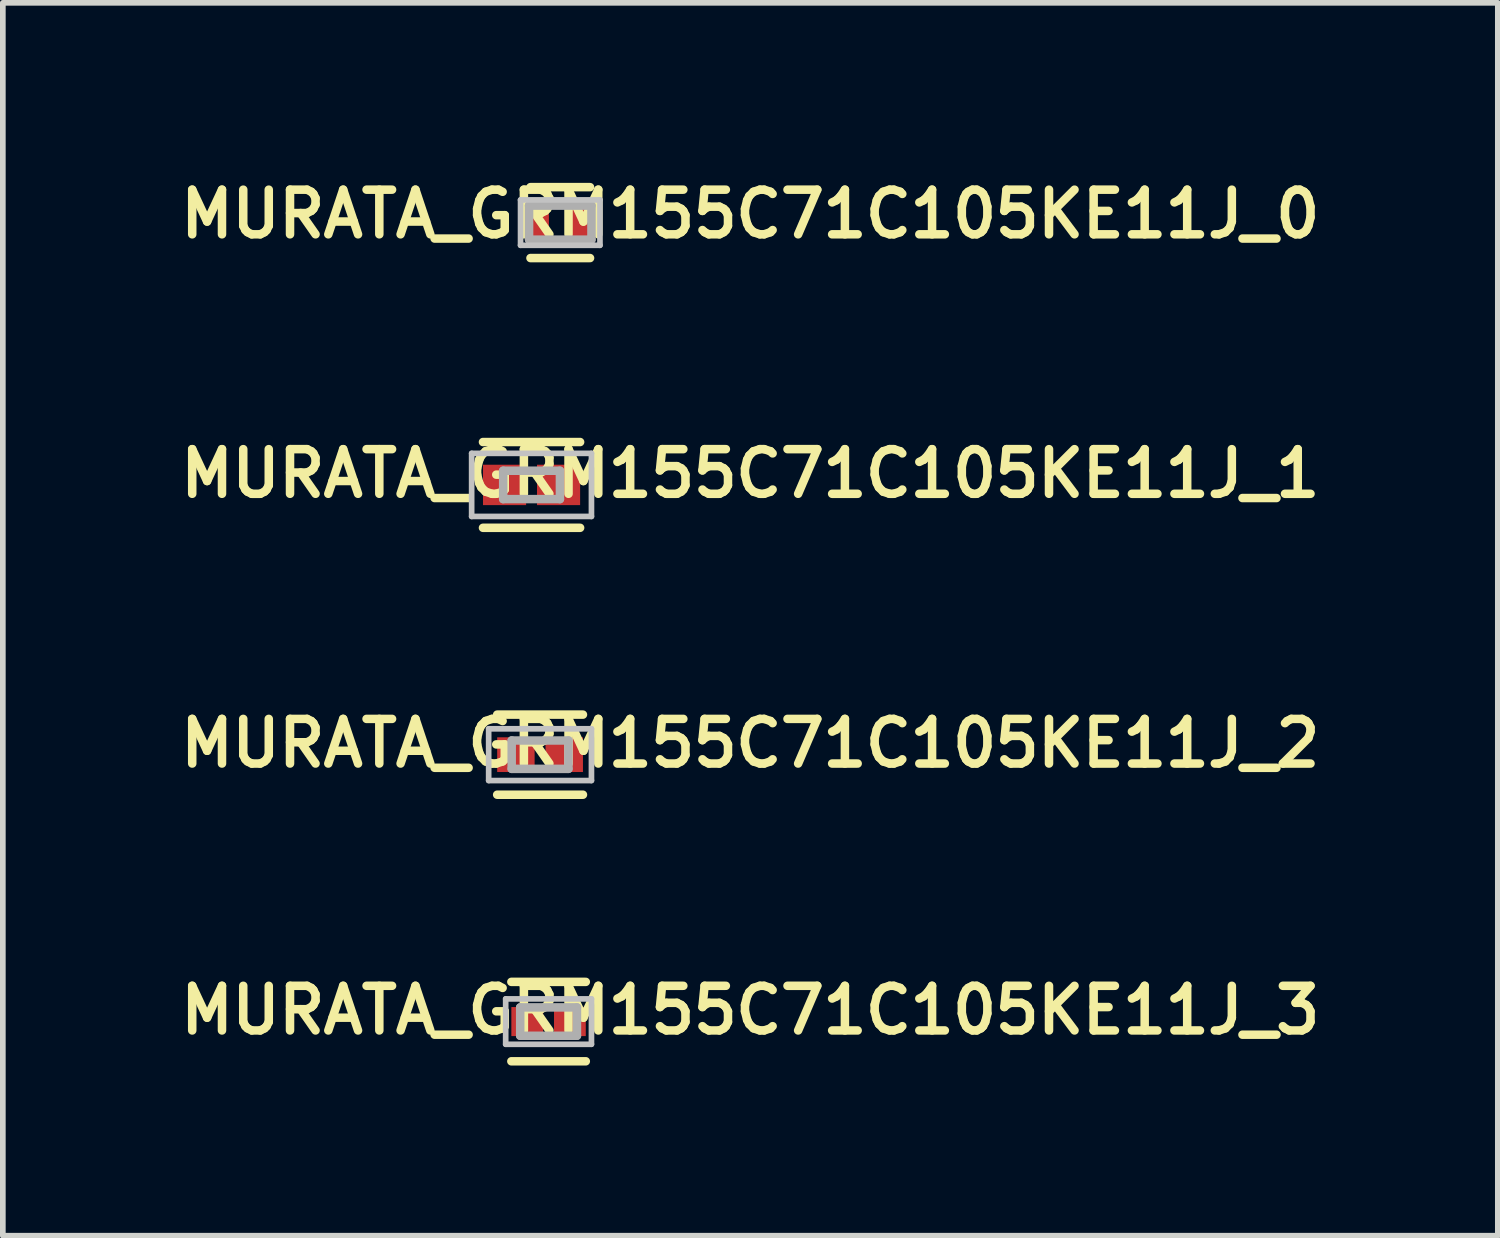
<source format=kicad_pcb>
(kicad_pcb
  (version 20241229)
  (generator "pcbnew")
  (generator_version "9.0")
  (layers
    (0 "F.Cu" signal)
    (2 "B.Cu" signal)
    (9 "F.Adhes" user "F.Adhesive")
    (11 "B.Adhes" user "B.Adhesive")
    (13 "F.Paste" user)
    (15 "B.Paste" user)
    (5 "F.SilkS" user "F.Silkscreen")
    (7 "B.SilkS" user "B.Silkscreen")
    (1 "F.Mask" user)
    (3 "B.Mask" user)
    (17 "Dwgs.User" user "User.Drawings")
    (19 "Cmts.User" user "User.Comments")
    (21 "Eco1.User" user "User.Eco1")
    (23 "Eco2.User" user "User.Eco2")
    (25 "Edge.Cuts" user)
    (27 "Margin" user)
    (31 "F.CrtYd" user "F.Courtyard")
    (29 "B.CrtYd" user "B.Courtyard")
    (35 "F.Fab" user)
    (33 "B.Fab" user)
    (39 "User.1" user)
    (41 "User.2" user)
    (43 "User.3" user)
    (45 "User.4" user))
  (footprint "MURATA_GRM155C71C105KE11J_1"
    (layer "F.Cu")
    (at 6.32 5.498)
    (property "Reference" "MURATA_GRM155C71C105KE11J_1" (at 3.856 -0.2 0) (layer "F.SilkS") (effects (font (size 0.787 0.787) (thickness 0.15))))
    (attr smd)
    (fp_line (start -0.856 -0.756) (end 0.856 -0.756) (stroke (width 0.15) (type solid)) (layer "F.SilkS"))
    (fp_line (start -0.856 0.756) (end 0.856 0.756) (stroke (width 0.15) (type solid)) (layer "F.SilkS"))
    (fp_line (start -1.056 -0.556) (end 1.056 -0.556) (stroke (width 0.1) (type solid)) (layer "Dwgs.User"))
    (fp_line (start -1.056 0.556) (end -1.056 -0.556) (stroke (width 0.1) (type solid)) (layer "Dwgs.User"))
    (fp_line (start 1.056 -0.556) (end 1.056 0.556) (stroke (width 0.1) (type solid)) (layer "Dwgs.User"))
    (fp_line (start 1.056 0.556) (end -1.056 0.556) (stroke (width 0.1) (type solid)) (layer "Dwgs.User"))
    (fp_line (start -0.5 -0.25) (end 0.5 -0.25) (stroke (width 0.15) (type solid)) (layer "F.Fab"))
    (fp_line (start -0.5 0.25) (end -0.5 -0.25) (stroke (width 0.15) (type solid)) (layer "F.Fab"))
    (fp_line (start 0.5 -0.25) (end 0.5 0.25) (stroke (width 0.15) (type solid)) (layer "F.Fab"))
    (fp_line (start 0.5 0.25) (end -0.5 0.25) (stroke (width 0.15) (type solid)) (layer "F.Fab"))
    (pad "1" smd rect (at -0.476 0) (size 0.76 0.712) (layers "F.Cu" "F.Mask" "F.Paste"))
    (pad "2" smd rect (at 0.476 0) (size 0.76 0.712) (layers "F.Cu" "F.Mask" "F.Paste")))
  (footprint "MURATA_GRM155C71C105KE11J_2"
    (layer "F.Cu")
    (at 6.47 10.253)
    (property "Reference" "MURATA_GRM155C71C105KE11J_2" (at 3.706 -0.2 0) (layer "F.SilkS") (effects (font (size 0.787 0.787) (thickness 0.15))))
    (attr smd)
    (fp_line (start -0.756 -0.706) (end 0.756 -0.706) (stroke (width 0.15) (type solid)) (layer "F.SilkS"))
    (fp_line (start -0.756 0.706) (end 0.756 0.706) (stroke (width 0.15) (type solid)) (layer "F.SilkS"))
    (fp_line (start -0.906 -0.456) (end 0.906 -0.456) (stroke (width 0.1) (type solid)) (layer "Dwgs.User"))
    (fp_line (start -0.906 0.456) (end -0.906 -0.456) (stroke (width 0.1) (type solid)) (layer "Dwgs.User"))
    (fp_line (start 0.906 -0.456) (end 0.906 0.456) (stroke (width 0.1) (type solid)) (layer "Dwgs.User"))
    (fp_line (start 0.906 0.456) (end -0.906 0.456) (stroke (width 0.1) (type solid)) (layer "Dwgs.User"))
    (fp_line (start -0.5 -0.25) (end 0.5 -0.25) (stroke (width 0.15) (type solid)) (layer "F.Fab"))
    (fp_line (start -0.5 0.25) (end -0.5 -0.25) (stroke (width 0.15) (type solid)) (layer "F.Fab"))
    (fp_line (start 0.5 -0.25) (end 0.5 0.25) (stroke (width 0.15) (type solid)) (layer "F.Fab"))
    (fp_line (start 0.5 0.25) (end -0.5 0.25) (stroke (width 0.15) (type solid)) (layer "F.Fab"))
    (pad "1" smd rect (at -0.426 0) (size 0.66 0.612) (layers "F.Cu" "F.Mask" "F.Paste"))
    (pad "2" smd rect (at 0.426 0) (size 0.66 0.612) (layers "F.Cu" "F.Mask" "F.Paste")))
  (footprint "MURATA_GRM155C71C105KE11J_3"
    (layer "F.Cu")
    (at 6.62 14.958)
    (property "Reference" "MURATA_GRM155C71C105KE11J_3" (at 3.556 -0.2 0) (layer "F.SilkS") (effects (font (size 0.787 0.787) (thickness 0.15))))
    (attr smd)
    (fp_line (start -0.656 -0.7) (end 0.656 -0.7) (stroke (width 0.15) (type solid)) (layer "F.SilkS"))
    (fp_line (start -0.656 0.7) (end 0.656 0.7) (stroke (width 0.15) (type solid)) (layer "F.SilkS"))
    (fp_line (start -0.756 -0.4) (end 0.756 -0.4) (stroke (width 0.1) (type solid)) (layer "Dwgs.User"))
    (fp_line (start -0.756 0.4) (end -0.756 -0.4) (stroke (width 0.1) (type solid)) (layer "Dwgs.User"))
    (fp_line (start 0.756 -0.4) (end 0.756 0.4) (stroke (width 0.1) (type solid)) (layer "Dwgs.User"))
    (fp_line (start 0.756 0.4) (end -0.756 0.4) (stroke (width 0.1) (type solid)) (layer "Dwgs.User"))
    (fp_line (start -0.5 -0.25) (end 0.5 -0.25) (stroke (width 0.15) (type solid)) (layer "F.Fab"))
    (fp_line (start -0.5 0.25) (end -0.5 -0.25) (stroke (width 0.15) (type solid)) (layer "F.Fab"))
    (fp_line (start 0.5 -0.25) (end 0.5 0.25) (stroke (width 0.15) (type solid)) (layer "F.Fab"))
    (fp_line (start 0.5 0.25) (end -0.5 0.25) (stroke (width 0.15) (type solid)) (layer "F.Fab"))
    (pad "1" smd rect (at -0.376 0) (size 0.56 0.512) (layers "F.Cu" "F.Mask" "F.Paste"))
    (pad "2" smd rect (at 0.376 0) (size 0.56 0.512) (layers "F.Cu" "F.Mask" "F.Paste")))
  (footprint "MURATA_GRM155C71C105KE11J_0"
    (layer "F.Cu")
    (at 6.826 0.874)
    (property "Reference" "MURATA_GRM155C71C105KE11J_0" (at 3.35 -0.15 0) (layer "F.SilkS") (effects (font (size 0.787 0.787) (thickness 0.15))))
    (attr smd)
    (fp_line (start 0.525 -0.625) (end -0.525 -0.625) (stroke (width 0.15) (type solid)) (layer "F.SilkS"))
    (fp_line (start 0.525 0.625) (end -0.525 0.625) (stroke (width 0.15) (type solid)) (layer "F.SilkS"))
    (fp_line (start -0.7 -0.4) (end 0.7 -0.4) (stroke (width 0.1) (type solid)) (layer "Dwgs.User"))
    (fp_line (start -0.7 0.4) (end -0.7 -0.4) (stroke (width 0.1) (type solid)) (layer "Dwgs.User"))
    (fp_line (start 0.7 -0.4) (end 0.7 0.4) (stroke (width 0.1) (type solid)) (layer "Dwgs.User"))
    (fp_line (start 0.7 0.4) (end -0.7 0.4) (stroke (width 0.1) (type solid)) (layer "Dwgs.User"))
    (fp_line (start -0.55 -0.3) (end 0.55 -0.3) (stroke (width 0.15) (type solid)) (layer "F.Fab"))
    (fp_line (start -0.55 0.3) (end -0.55 -0.3) (stroke (width 0.15) (type solid)) (layer "F.Fab"))
    (fp_line (start 0.55 -0.3) (end 0.55 0.3) (stroke (width 0.15) (type solid)) (layer "F.Fab"))
    (fp_line (start 0.55 0.3) (end -0.55 0.3) (stroke (width 0.15) (type solid)) (layer "F.Fab"))
    (pad "1" smd rect (at -0.4 0) (size 0.4 0.5) (layers "F.Cu" "F.Mask" "F.Paste"))
    (pad "2" smd rect (at 0.4 0) (size 0.4 0.5) (layers "F.Cu" "F.Mask" "F.Paste")))
  (gr_rect
    (start -3 -3)
    (end 23.353 18.733)
    (stroke (width 0.1) (type default))
    (fill no)
    (layer "Edge.Cuts")))
</source>
